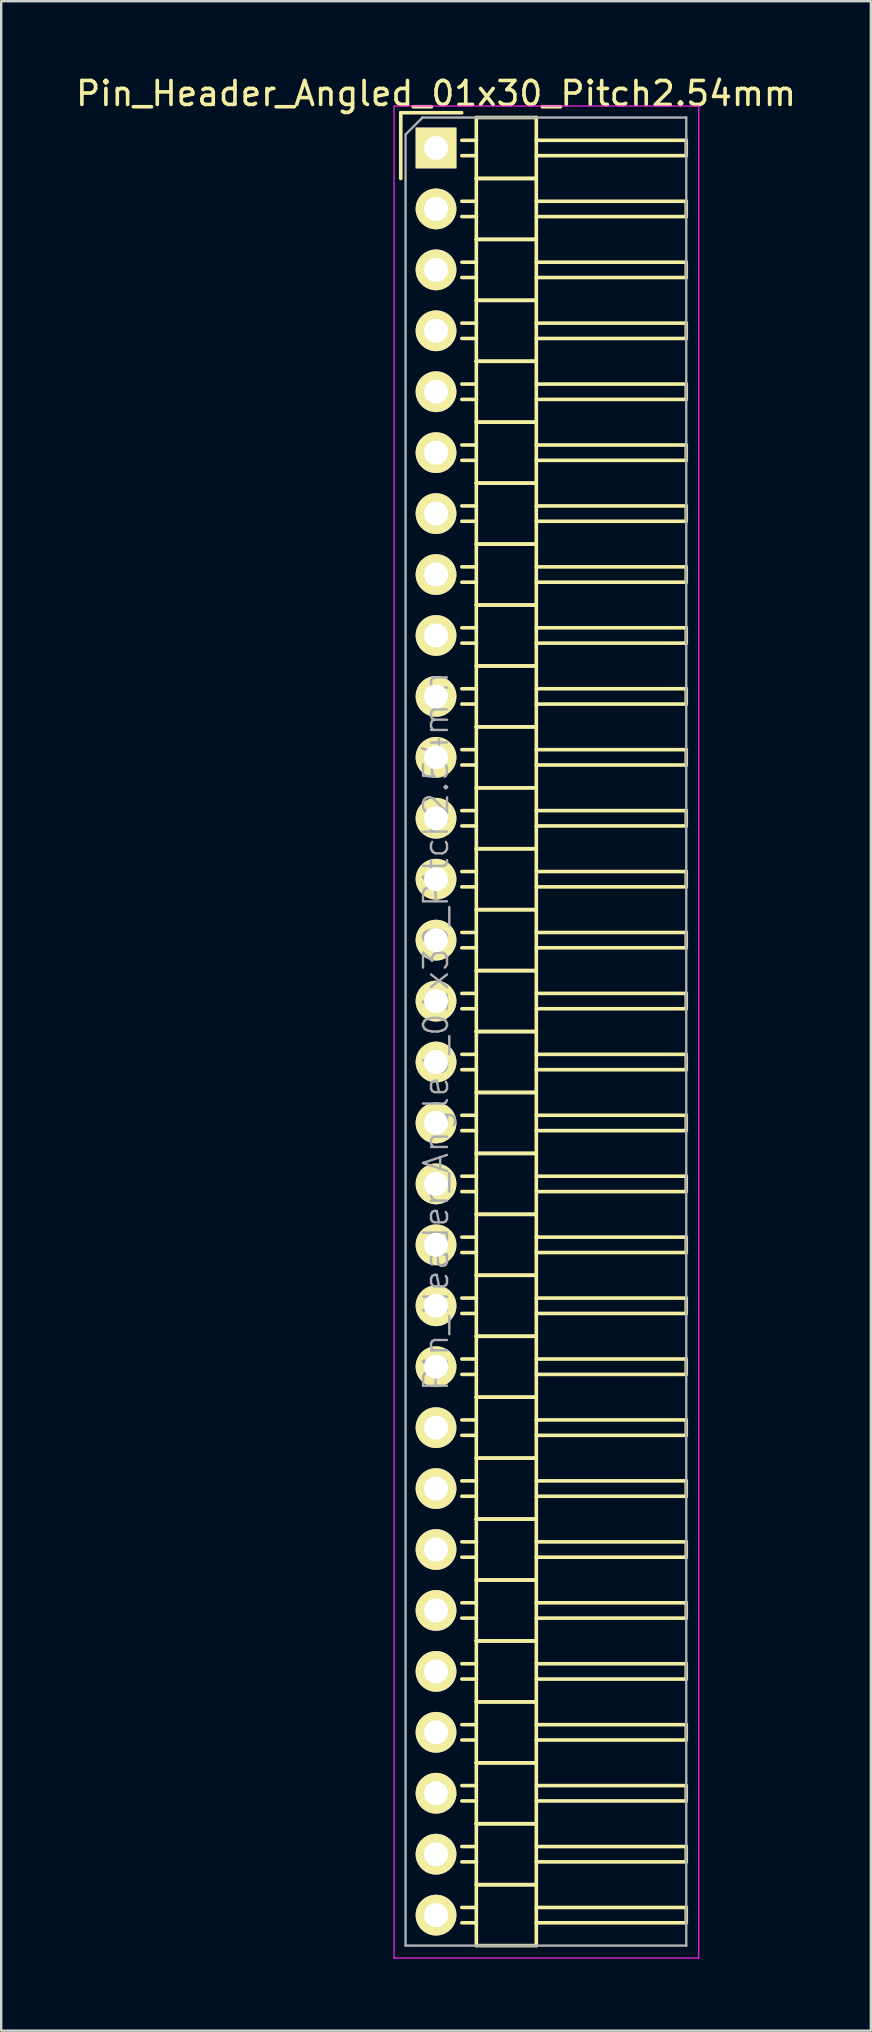
<source format=kicad_pcb>
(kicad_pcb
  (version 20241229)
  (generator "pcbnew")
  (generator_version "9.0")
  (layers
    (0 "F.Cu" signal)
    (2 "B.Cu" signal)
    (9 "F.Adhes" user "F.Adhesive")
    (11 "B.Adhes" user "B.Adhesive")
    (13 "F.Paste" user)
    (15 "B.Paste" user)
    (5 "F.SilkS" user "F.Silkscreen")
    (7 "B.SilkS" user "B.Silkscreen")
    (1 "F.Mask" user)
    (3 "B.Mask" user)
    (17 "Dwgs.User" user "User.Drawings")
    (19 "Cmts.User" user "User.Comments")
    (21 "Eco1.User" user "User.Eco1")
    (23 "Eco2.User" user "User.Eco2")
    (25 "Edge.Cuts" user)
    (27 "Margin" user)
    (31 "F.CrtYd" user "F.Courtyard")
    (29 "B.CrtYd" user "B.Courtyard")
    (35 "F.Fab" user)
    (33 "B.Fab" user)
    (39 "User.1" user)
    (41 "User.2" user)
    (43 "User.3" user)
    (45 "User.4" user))
  (footprint "Pin_Header_Angled_01x30_Pitch2.54mm"
    (layer "F.Cu")
    (at 15.125 3.118)
    (property "Reference" "Pin_Header_Angled_01x30_Pitch2.54mm" (at 0 -2.27 0) (layer "F.SilkS") (effects (font (size 1 1) (thickness 0.15))))
    (attr smd)
    (fp_line (start -1.47 -1.47) (end -1.47 1.27) (stroke (width 0.15) (type solid)) (layer "F.SilkS"))
    (fp_line (start -1.47 -1.47) (end 1.07 -1.47) (stroke (width 0.15) (type solid)) (layer "F.SilkS"))
    (fp_line (start 1.68 -0.32) (end 1.075 -0.32) (stroke (width 0.15) (type solid)) (layer "F.SilkS"))
    (fp_line (start 1.68 0.32) (end 1.075 0.32) (stroke (width 0.15) (type solid)) (layer "F.SilkS"))
    (fp_line (start 1.68 1.27) (end 1.68 -1.27) (stroke (width 0.15) (type solid)) (layer "F.SilkS"))
    (fp_line (start 1.68 2.22) (end 1.075 2.22) (stroke (width 0.15) (type solid)) (layer "F.SilkS"))
    (fp_line (start 1.68 2.86) (end 1.075 2.86) (stroke (width 0.15) (type solid)) (layer "F.SilkS"))
    (fp_line (start 1.68 3.81) (end 1.68 1.27) (stroke (width 0.15) (type solid)) (layer "F.SilkS"))
    (fp_line (start 1.68 4.76) (end 1.075 4.76) (stroke (width 0.15) (type solid)) (layer "F.SilkS"))
    (fp_line (start 1.68 5.4) (end 1.075 5.4) (stroke (width 0.15) (type solid)) (layer "F.SilkS"))
    (fp_line (start 1.68 6.35) (end 1.68 3.81) (stroke (width 0.15) (type solid)) (layer "F.SilkS"))
    (fp_line (start 1.68 7.3) (end 1.075 7.3) (stroke (width 0.15) (type solid)) (layer "F.SilkS"))
    (fp_line (start 1.68 7.94) (end 1.075 7.94) (stroke (width 0.15) (type solid)) (layer "F.SilkS"))
    (fp_line (start 1.68 8.89) (end 1.68 6.35) (stroke (width 0.15) (type solid)) (layer "F.SilkS"))
    (fp_line (start 1.68 9.84) (end 1.075 9.84) (stroke (width 0.15) (type solid)) (layer "F.SilkS"))
    (fp_line (start 1.68 10.48) (end 1.075 10.48) (stroke (width 0.15) (type solid)) (layer "F.SilkS"))
    (fp_line (start 1.68 11.43) (end 1.68 8.89) (stroke (width 0.15) (type solid)) (layer "F.SilkS"))
    (fp_line (start 1.68 12.38) (end 1.075 12.38) (stroke (width 0.15) (type solid)) (layer "F.SilkS"))
    (fp_line (start 1.68 13.02) (end 1.075 13.02) (stroke (width 0.15) (type solid)) (layer "F.SilkS"))
    (fp_line (start 1.68 13.97) (end 1.68 11.43) (stroke (width 0.15) (type solid)) (layer "F.SilkS"))
    (fp_line (start 1.68 14.92) (end 1.075 14.92) (stroke (width 0.15) (type solid)) (layer "F.SilkS"))
    (fp_line (start 1.68 15.56) (end 1.075 15.56) (stroke (width 0.15) (type solid)) (layer "F.SilkS"))
    (fp_line (start 1.68 16.51) (end 1.68 13.97) (stroke (width 0.15) (type solid)) (layer "F.SilkS"))
    (fp_line (start 1.68 17.46) (end 1.075 17.46) (stroke (width 0.15) (type solid)) (layer "F.SilkS"))
    (fp_line (start 1.68 18.1) (end 1.075 18.1) (stroke (width 0.15) (type solid)) (layer "F.SilkS"))
    (fp_line (start 1.68 19.05) (end 1.68 16.51) (stroke (width 0.15) (type solid)) (layer "F.SilkS"))
    (fp_line (start 1.68 20) (end 1.075 20) (stroke (width 0.15) (type solid)) (layer "F.SilkS"))
    (fp_line (start 1.68 20.64) (end 1.075 20.64) (stroke (width 0.15) (type solid)) (layer "F.SilkS"))
    (fp_line (start 1.68 21.59) (end 1.68 19.05) (stroke (width 0.15) (type solid)) (layer "F.SilkS"))
    (fp_line (start 1.68 22.54) (end 1.075 22.54) (stroke (width 0.15) (type solid)) (layer "F.SilkS"))
    (fp_line (start 1.68 23.18) (end 1.075 23.18) (stroke (width 0.15) (type solid)) (layer "F.SilkS"))
    (fp_line (start 1.68 24.13) (end 1.68 21.59) (stroke (width 0.15) (type solid)) (layer "F.SilkS"))
    (fp_line (start 1.68 25.08) (end 1.075 25.08) (stroke (width 0.15) (type solid)) (layer "F.SilkS"))
    (fp_line (start 1.68 25.72) (end 1.075 25.72) (stroke (width 0.15) (type solid)) (layer "F.SilkS"))
    (fp_line (start 1.68 26.67) (end 1.68 24.13) (stroke (width 0.15) (type solid)) (layer "F.SilkS"))
    (fp_line (start 1.68 27.62) (end 1.075 27.62) (stroke (width 0.15) (type solid)) (layer "F.SilkS"))
    (fp_line (start 1.68 28.26) (end 1.075 28.26) (stroke (width 0.15) (type solid)) (layer "F.SilkS"))
    (fp_line (start 1.68 29.21) (end 1.68 26.67) (stroke (width 0.15) (type solid)) (layer "F.SilkS"))
    (fp_line (start 1.68 30.16) (end 1.075 30.16) (stroke (width 0.15) (type solid)) (layer "F.SilkS"))
    (fp_line (start 1.68 30.8) (end 1.075 30.8) (stroke (width 0.15) (type solid)) (layer "F.SilkS"))
    (fp_line (start 1.68 31.75) (end 1.68 29.21) (stroke (width 0.15) (type solid)) (layer "F.SilkS"))
    (fp_line (start 1.68 32.7) (end 1.075 32.7) (stroke (width 0.15) (type solid)) (layer "F.SilkS"))
    (fp_line (start 1.68 33.34) (end 1.075 33.34) (stroke (width 0.15) (type solid)) (layer "F.SilkS"))
    (fp_line (start 1.68 34.29) (end 1.68 31.75) (stroke (width 0.15) (type solid)) (layer "F.SilkS"))
    (fp_line (start 1.68 35.24) (end 1.075 35.24) (stroke (width 0.15) (type solid)) (layer "F.SilkS"))
    (fp_line (start 1.68 35.88) (end 1.075 35.88) (stroke (width 0.15) (type solid)) (layer "F.SilkS"))
    (fp_line (start 1.68 36.83) (end 1.68 34.29) (stroke (width 0.15) (type solid)) (layer "F.SilkS"))
    (fp_line (start 1.68 37.78) (end 1.075 37.78) (stroke (width 0.15) (type solid)) (layer "F.SilkS"))
    (fp_line (start 1.68 38.42) (end 1.075 38.42) (stroke (width 0.15) (type solid)) (layer "F.SilkS"))
    (fp_line (start 1.68 39.37) (end 1.68 36.83) (stroke (width 0.15) (type solid)) (layer "F.SilkS"))
    (fp_line (start 1.68 40.32) (end 1.075 40.32) (stroke (width 0.15) (type solid)) (layer "F.SilkS"))
    (fp_line (start 1.68 40.96) (end 1.075 40.96) (stroke (width 0.15) (type solid)) (layer "F.SilkS"))
    (fp_line (start 1.68 41.91) (end 1.68 39.37) (stroke (width 0.15) (type solid)) (layer "F.SilkS"))
    (fp_line (start 1.68 42.86) (end 1.075 42.86) (stroke (width 0.15) (type solid)) (layer "F.SilkS"))
    (fp_line (start 1.68 43.5) (end 1.075 43.5) (stroke (width 0.15) (type solid)) (layer "F.SilkS"))
    (fp_line (start 1.68 44.45) (end 1.68 41.91) (stroke (width 0.15) (type solid)) (layer "F.SilkS"))
    (fp_line (start 1.68 45.4) (end 1.075 45.4) (stroke (width 0.15) (type solid)) (layer "F.SilkS"))
    (fp_line (start 1.68 46.04) (end 1.075 46.04) (stroke (width 0.15) (type solid)) (layer "F.SilkS"))
    (fp_line (start 1.68 46.99) (end 1.68 44.45) (stroke (width 0.15) (type solid)) (layer "F.SilkS"))
    (fp_line (start 1.68 47.94) (end 1.075 47.94) (stroke (width 0.15) (type solid)) (layer "F.SilkS"))
    (fp_line (start 1.68 48.58) (end 1.075 48.58) (stroke (width 0.15) (type solid)) (layer "F.SilkS"))
    (fp_line (start 1.68 49.53) (end 1.68 46.99) (stroke (width 0.15) (type solid)) (layer "F.SilkS"))
    (fp_line (start 1.68 50.48) (end 1.075 50.48) (stroke (width 0.15) (type solid)) (layer "F.SilkS"))
    (fp_line (start 1.68 51.12) (end 1.075 51.12) (stroke (width 0.15) (type solid)) (layer "F.SilkS"))
    (fp_line (start 1.68 52.07) (end 1.68 49.53) (stroke (width 0.15) (type solid)) (layer "F.SilkS"))
    (fp_line (start 1.68 53.02) (end 1.075 53.02) (stroke (width 0.15) (type solid)) (layer "F.SilkS"))
    (fp_line (start 1.68 53.66) (end 1.075 53.66) (stroke (width 0.15) (type solid)) (layer "F.SilkS"))
    (fp_line (start 1.68 54.61) (end 1.68 52.07) (stroke (width 0.15) (type solid)) (layer "F.SilkS"))
    (fp_line (start 1.68 55.56) (end 1.075 55.56) (stroke (width 0.15) (type solid)) (layer "F.SilkS"))
    (fp_line (start 1.68 56.2) (end 1.075 56.2) (stroke (width 0.15) (type solid)) (layer "F.SilkS"))
    (fp_line (start 1.68 57.15) (end 1.68 54.61) (stroke (width 0.15) (type solid)) (layer "F.SilkS"))
    (fp_line (start 1.68 58.1) (end 1.075 58.1) (stroke (width 0.15) (type solid)) (layer "F.SilkS"))
    (fp_line (start 1.68 58.74) (end 1.075 58.74) (stroke (width 0.15) (type solid)) (layer "F.SilkS"))
    (fp_line (start 1.68 59.69) (end 1.68 57.15) (stroke (width 0.15) (type solid)) (layer "F.SilkS"))
    (fp_line (start 1.68 60.64) (end 1.075 60.64) (stroke (width 0.15) (type solid)) (layer "F.SilkS"))
    (fp_line (start 1.68 61.28) (end 1.075 61.28) (stroke (width 0.15) (type solid)) (layer "F.SilkS"))
    (fp_line (start 1.68 62.23) (end 1.68 59.69) (stroke (width 0.15) (type solid)) (layer "F.SilkS"))
    (fp_line (start 1.68 63.18) (end 1.075 63.18) (stroke (width 0.15) (type solid)) (layer "F.SilkS"))
    (fp_line (start 1.68 63.82) (end 1.075 63.82) (stroke (width 0.15) (type solid)) (layer "F.SilkS"))
    (fp_line (start 1.68 64.77) (end 1.68 62.23) (stroke (width 0.15) (type solid)) (layer "F.SilkS"))
    (fp_line (start 1.68 65.72) (end 1.075 65.72) (stroke (width 0.15) (type solid)) (layer "F.SilkS"))
    (fp_line (start 1.68 66.36) (end 1.075 66.36) (stroke (width 0.15) (type solid)) (layer "F.SilkS"))
    (fp_line (start 1.68 67.31) (end 1.68 64.77) (stroke (width 0.15) (type solid)) (layer "F.SilkS"))
    (fp_line (start 1.68 68.26) (end 1.075 68.26) (stroke (width 0.15) (type solid)) (layer "F.SilkS"))
    (fp_line (start 1.68 68.9) (end 1.075 68.9) (stroke (width 0.15) (type solid)) (layer "F.SilkS"))
    (fp_line (start 1.68 69.85) (end 1.68 67.31) (stroke (width 0.15) (type solid)) (layer "F.SilkS"))
    (fp_line (start 1.68 70.8) (end 1.075 70.8) (stroke (width 0.15) (type solid)) (layer "F.SilkS"))
    (fp_line (start 1.68 71.44) (end 1.075 71.44) (stroke (width 0.15) (type solid)) (layer "F.SilkS"))
    (fp_line (start 1.68 72.39) (end 1.68 69.85) (stroke (width 0.15) (type solid)) (layer "F.SilkS"))
    (fp_line (start 1.68 73.34) (end 1.075 73.34) (stroke (width 0.15) (type solid)) (layer "F.SilkS"))
    (fp_line (start 1.68 73.98) (end 1.075 73.98) (stroke (width 0.15) (type solid)) (layer "F.SilkS"))
    (fp_line (start 1.68 74.93) (end 1.68 72.39) (stroke (width 0.15) (type solid)) (layer "F.SilkS"))
    (fp_line (start 4.18 -1.27) (end 1.68 -1.27) (stroke (width 0.15) (type solid)) (layer "F.SilkS"))
    (fp_line (start 4.18 -0.32) (end 10.43 -0.32) (stroke (width 0.15) (type solid)) (layer "F.SilkS"))
    (fp_line (start 4.18 0.32) (end 10.43 0.32) (stroke (width 0.15) (type solid)) (layer "F.SilkS"))
    (fp_line (start 4.18 1.27) (end 1.68 1.27) (stroke (width 0.15) (type solid)) (layer "F.SilkS"))
    (fp_line (start 4.18 1.27) (end 1.68 1.27) (stroke (width 0.15) (type solid)) (layer "F.SilkS"))
    (fp_line (start 4.18 1.27) (end 4.18 -1.27) (stroke (width 0.15) (type solid)) (layer "F.SilkS"))
    (fp_line (start 4.18 2.22) (end 10.43 2.22) (stroke (width 0.15) (type solid)) (layer "F.SilkS"))
    (fp_line (start 4.18 2.86) (end 10.43 2.86) (stroke (width 0.15) (type solid)) (layer "F.SilkS"))
    (fp_line (start 4.18 3.81) (end 1.68 3.81) (stroke (width 0.15) (type solid)) (layer "F.SilkS"))
    (fp_line (start 4.18 3.81) (end 1.68 3.81) (stroke (width 0.15) (type solid)) (layer "F.SilkS"))
    (fp_line (start 4.18 3.81) (end 4.18 1.27) (stroke (width 0.15) (type solid)) (layer "F.SilkS"))
    (fp_line (start 4.18 4.76) (end 10.43 4.76) (stroke (width 0.15) (type solid)) (layer "F.SilkS"))
    (fp_line (start 4.18 5.4) (end 10.43 5.4) (stroke (width 0.15) (type solid)) (layer "F.SilkS"))
    (fp_line (start 4.18 6.35) (end 1.68 6.35) (stroke (width 0.15) (type solid)) (layer "F.SilkS"))
    (fp_line (start 4.18 6.35) (end 1.68 6.35) (stroke (width 0.15) (type solid)) (layer "F.SilkS"))
    (fp_line (start 4.18 6.35) (end 4.18 3.81) (stroke (width 0.15) (type solid)) (layer "F.SilkS"))
    (fp_line (start 4.18 7.3) (end 10.43 7.3) (stroke (width 0.15) (type solid)) (layer "F.SilkS"))
    (fp_line (start 4.18 7.94) (end 10.43 7.94) (stroke (width 0.15) (type solid)) (layer "F.SilkS"))
    (fp_line (start 4.18 8.89) (end 1.68 8.89) (stroke (width 0.15) (type solid)) (layer "F.SilkS"))
    (fp_line (start 4.18 8.89) (end 1.68 8.89) (stroke (width 0.15) (type solid)) (layer "F.SilkS"))
    (fp_line (start 4.18 8.89) (end 4.18 6.35) (stroke (width 0.15) (type solid)) (layer "F.SilkS"))
    (fp_line (start 4.18 9.84) (end 10.43 9.84) (stroke (width 0.15) (type solid)) (layer "F.SilkS"))
    (fp_line (start 4.18 10.48) (end 10.43 10.48) (stroke (width 0.15) (type solid)) (layer "F.SilkS"))
    (fp_line (start 4.18 11.43) (end 1.68 11.43) (stroke (width 0.15) (type solid)) (layer "F.SilkS"))
    (fp_line (start 4.18 11.43) (end 1.68 11.43) (stroke (width 0.15) (type solid)) (layer "F.SilkS"))
    (fp_line (start 4.18 11.43) (end 4.18 8.89) (stroke (width 0.15) (type solid)) (layer "F.SilkS"))
    (fp_line (start 4.18 12.38) (end 10.43 12.38) (stroke (width 0.15) (type solid)) (layer "F.SilkS"))
    (fp_line (start 4.18 13.02) (end 10.43 13.02) (stroke (width 0.15) (type solid)) (layer "F.SilkS"))
    (fp_line (start 4.18 13.97) (end 1.68 13.97) (stroke (width 0.15) (type solid)) (layer "F.SilkS"))
    (fp_line (start 4.18 13.97) (end 1.68 13.97) (stroke (width 0.15) (type solid)) (layer "F.SilkS"))
    (fp_line (start 4.18 13.97) (end 4.18 11.43) (stroke (width 0.15) (type solid)) (layer "F.SilkS"))
    (fp_line (start 4.18 14.92) (end 10.43 14.92) (stroke (width 0.15) (type solid)) (layer "F.SilkS"))
    (fp_line (start 4.18 15.56) (end 10.43 15.56) (stroke (width 0.15) (type solid)) (layer "F.SilkS"))
    (fp_line (start 4.18 16.51) (end 1.68 16.51) (stroke (width 0.15) (type solid)) (layer "F.SilkS"))
    (fp_line (start 4.18 16.51) (end 1.68 16.51) (stroke (width 0.15) (type solid)) (layer "F.SilkS"))
    (fp_line (start 4.18 16.51) (end 4.18 13.97) (stroke (width 0.15) (type solid)) (layer "F.SilkS"))
    (fp_line (start 4.18 17.46) (end 10.43 17.46) (stroke (width 0.15) (type solid)) (layer "F.SilkS"))
    (fp_line (start 4.18 18.1) (end 10.43 18.1) (stroke (width 0.15) (type solid)) (layer "F.SilkS"))
    (fp_line (start 4.18 19.05) (end 1.68 19.05) (stroke (width 0.15) (type solid)) (layer "F.SilkS"))
    (fp_line (start 4.18 19.05) (end 1.68 19.05) (stroke (width 0.15) (type solid)) (layer "F.SilkS"))
    (fp_line (start 4.18 19.05) (end 4.18 16.51) (stroke (width 0.15) (type solid)) (layer "F.SilkS"))
    (fp_line (start 4.18 20) (end 10.43 20) (stroke (width 0.15) (type solid)) (layer "F.SilkS"))
    (fp_line (start 4.18 20.64) (end 10.43 20.64) (stroke (width 0.15) (type solid)) (layer "F.SilkS"))
    (fp_line (start 4.18 21.59) (end 1.68 21.59) (stroke (width 0.15) (type solid)) (layer "F.SilkS"))
    (fp_line (start 4.18 21.59) (end 1.68 21.59) (stroke (width 0.15) (type solid)) (layer "F.SilkS"))
    (fp_line (start 4.18 21.59) (end 4.18 19.05) (stroke (width 0.15) (type solid)) (layer "F.SilkS"))
    (fp_line (start 4.18 22.54) (end 10.43 22.54) (stroke (width 0.15) (type solid)) (layer "F.SilkS"))
    (fp_line (start 4.18 23.18) (end 10.43 23.18) (stroke (width 0.15) (type solid)) (layer "F.SilkS"))
    (fp_line (start 4.18 24.13) (end 1.68 24.13) (stroke (width 0.15) (type solid)) (layer "F.SilkS"))
    (fp_line (start 4.18 24.13) (end 1.68 24.13) (stroke (width 0.15) (type solid)) (layer "F.SilkS"))
    (fp_line (start 4.18 24.13) (end 4.18 21.59) (stroke (width 0.15) (type solid)) (layer "F.SilkS"))
    (fp_line (start 4.18 25.08) (end 10.43 25.08) (stroke (width 0.15) (type solid)) (layer "F.SilkS"))
    (fp_line (start 4.18 25.72) (end 10.43 25.72) (stroke (width 0.15) (type solid)) (layer "F.SilkS"))
    (fp_line (start 4.18 26.67) (end 1.68 26.67) (stroke (width 0.15) (type solid)) (layer "F.SilkS"))
    (fp_line (start 4.18 26.67) (end 1.68 26.67) (stroke (width 0.15) (type solid)) (layer "F.SilkS"))
    (fp_line (start 4.18 26.67) (end 4.18 24.13) (stroke (width 0.15) (type solid)) (layer "F.SilkS"))
    (fp_line (start 4.18 27.62) (end 10.43 27.62) (stroke (width 0.15) (type solid)) (layer "F.SilkS"))
    (fp_line (start 4.18 28.26) (end 10.43 28.26) (stroke (width 0.15) (type solid)) (layer "F.SilkS"))
    (fp_line (start 4.18 29.21) (end 1.68 29.21) (stroke (width 0.15) (type solid)) (layer "F.SilkS"))
    (fp_line (start 4.18 29.21) (end 1.68 29.21) (stroke (width 0.15) (type solid)) (layer "F.SilkS"))
    (fp_line (start 4.18 29.21) (end 4.18 26.67) (stroke (width 0.15) (type solid)) (layer "F.SilkS"))
    (fp_line (start 4.18 30.16) (end 10.43 30.16) (stroke (width 0.15) (type solid)) (layer "F.SilkS"))
    (fp_line (start 4.18 30.8) (end 10.43 30.8) (stroke (width 0.15) (type solid)) (layer "F.SilkS"))
    (fp_line (start 4.18 31.75) (end 1.68 31.75) (stroke (width 0.15) (type solid)) (layer "F.SilkS"))
    (fp_line (start 4.18 31.75) (end 1.68 31.75) (stroke (width 0.15) (type solid)) (layer "F.SilkS"))
    (fp_line (start 4.18 31.75) (end 4.18 29.21) (stroke (width 0.15) (type solid)) (layer "F.SilkS"))
    (fp_line (start 4.18 32.7) (end 10.43 32.7) (stroke (width 0.15) (type solid)) (layer "F.SilkS"))
    (fp_line (start 4.18 33.34) (end 10.43 33.34) (stroke (width 0.15) (type solid)) (layer "F.SilkS"))
    (fp_line (start 4.18 34.29) (end 1.68 34.29) (stroke (width 0.15) (type solid)) (layer "F.SilkS"))
    (fp_line (start 4.18 34.29) (end 1.68 34.29) (stroke (width 0.15) (type solid)) (layer "F.SilkS"))
    (fp_line (start 4.18 34.29) (end 4.18 31.75) (stroke (width 0.15) (type solid)) (layer "F.SilkS"))
    (fp_line (start 4.18 35.24) (end 10.43 35.24) (stroke (width 0.15) (type solid)) (layer "F.SilkS"))
    (fp_line (start 4.18 35.88) (end 10.43 35.88) (stroke (width 0.15) (type solid)) (layer "F.SilkS"))
    (fp_line (start 4.18 36.83) (end 1.68 36.83) (stroke (width 0.15) (type solid)) (layer "F.SilkS"))
    (fp_line (start 4.18 36.83) (end 1.68 36.83) (stroke (width 0.15) (type solid)) (layer "F.SilkS"))
    (fp_line (start 4.18 36.83) (end 4.18 34.29) (stroke (width 0.15) (type solid)) (layer "F.SilkS"))
    (fp_line (start 4.18 37.78) (end 10.43 37.78) (stroke (width 0.15) (type solid)) (layer "F.SilkS"))
    (fp_line (start 4.18 38.42) (end 10.43 38.42) (stroke (width 0.15) (type solid)) (layer "F.SilkS"))
    (fp_line (start 4.18 39.37) (end 1.68 39.37) (stroke (width 0.15) (type solid)) (layer "F.SilkS"))
    (fp_line (start 4.18 39.37) (end 1.68 39.37) (stroke (width 0.15) (type solid)) (layer "F.SilkS"))
    (fp_line (start 4.18 39.37) (end 4.18 36.83) (stroke (width 0.15) (type solid)) (layer "F.SilkS"))
    (fp_line (start 4.18 40.32) (end 10.43 40.32) (stroke (width 0.15) (type solid)) (layer "F.SilkS"))
    (fp_line (start 4.18 40.96) (end 10.43 40.96) (stroke (width 0.15) (type solid)) (layer "F.SilkS"))
    (fp_line (start 4.18 41.91) (end 1.68 41.91) (stroke (width 0.15) (type solid)) (layer "F.SilkS"))
    (fp_line (start 4.18 41.91) (end 1.68 41.91) (stroke (width 0.15) (type solid)) (layer "F.SilkS"))
    (fp_line (start 4.18 41.91) (end 4.18 39.37) (stroke (width 0.15) (type solid)) (layer "F.SilkS"))
    (fp_line (start 4.18 42.86) (end 10.43 42.86) (stroke (width 0.15) (type solid)) (layer "F.SilkS"))
    (fp_line (start 4.18 43.5) (end 10.43 43.5) (stroke (width 0.15) (type solid)) (layer "F.SilkS"))
    (fp_line (start 4.18 44.45) (end 1.68 44.45) (stroke (width 0.15) (type solid)) (layer "F.SilkS"))
    (fp_line (start 4.18 44.45) (end 1.68 44.45) (stroke (width 0.15) (type solid)) (layer "F.SilkS"))
    (fp_line (start 4.18 44.45) (end 4.18 41.91) (stroke (width 0.15) (type solid)) (layer "F.SilkS"))
    (fp_line (start 4.18 45.4) (end 10.43 45.4) (stroke (width 0.15) (type solid)) (layer "F.SilkS"))
    (fp_line (start 4.18 46.04) (end 10.43 46.04) (stroke (width 0.15) (type solid)) (layer "F.SilkS"))
    (fp_line (start 4.18 46.99) (end 1.68 46.99) (stroke (width 0.15) (type solid)) (layer "F.SilkS"))
    (fp_line (start 4.18 46.99) (end 1.68 46.99) (stroke (width 0.15) (type solid)) (layer "F.SilkS"))
    (fp_line (start 4.18 46.99) (end 4.18 44.45) (stroke (width 0.15) (type solid)) (layer "F.SilkS"))
    (fp_line (start 4.18 47.94) (end 10.43 47.94) (stroke (width 0.15) (type solid)) (layer "F.SilkS"))
    (fp_line (start 4.18 48.58) (end 10.43 48.58) (stroke (width 0.15) (type solid)) (layer "F.SilkS"))
    (fp_line (start 4.18 49.53) (end 1.68 49.53) (stroke (width 0.15) (type solid)) (layer "F.SilkS"))
    (fp_line (start 4.18 49.53) (end 1.68 49.53) (stroke (width 0.15) (type solid)) (layer "F.SilkS"))
    (fp_line (start 4.18 49.53) (end 4.18 46.99) (stroke (width 0.15) (type solid)) (layer "F.SilkS"))
    (fp_line (start 4.18 50.48) (end 10.43 50.48) (stroke (width 0.15) (type solid)) (layer "F.SilkS"))
    (fp_line (start 4.18 51.12) (end 10.43 51.12) (stroke (width 0.15) (type solid)) (layer "F.SilkS"))
    (fp_line (start 4.18 52.07) (end 1.68 52.07) (stroke (width 0.15) (type solid)) (layer "F.SilkS"))
    (fp_line (start 4.18 52.07) (end 1.68 52.07) (stroke (width 0.15) (type solid)) (layer "F.SilkS"))
    (fp_line (start 4.18 52.07) (end 4.18 49.53) (stroke (width 0.15) (type solid)) (layer "F.SilkS"))
    (fp_line (start 4.18 53.02) (end 10.43 53.02) (stroke (width 0.15) (type solid)) (layer "F.SilkS"))
    (fp_line (start 4.18 53.66) (end 10.43 53.66) (stroke (width 0.15) (type solid)) (layer "F.SilkS"))
    (fp_line (start 4.18 54.61) (end 1.68 54.61) (stroke (width 0.15) (type solid)) (layer "F.SilkS"))
    (fp_line (start 4.18 54.61) (end 1.68 54.61) (stroke (width 0.15) (type solid)) (layer "F.SilkS"))
    (fp_line (start 4.18 54.61) (end 4.18 52.07) (stroke (width 0.15) (type solid)) (layer "F.SilkS"))
    (fp_line (start 4.18 55.56) (end 10.43 55.56) (stroke (width 0.15) (type solid)) (layer "F.SilkS"))
    (fp_line (start 4.18 56.2) (end 10.43 56.2) (stroke (width 0.15) (type solid)) (layer "F.SilkS"))
    (fp_line (start 4.18 57.15) (end 1.68 57.15) (stroke (width 0.15) (type solid)) (layer "F.SilkS"))
    (fp_line (start 4.18 57.15) (end 1.68 57.15) (stroke (width 0.15) (type solid)) (layer "F.SilkS"))
    (fp_line (start 4.18 57.15) (end 4.18 54.61) (stroke (width 0.15) (type solid)) (layer "F.SilkS"))
    (fp_line (start 4.18 58.1) (end 10.43 58.1) (stroke (width 0.15) (type solid)) (layer "F.SilkS"))
    (fp_line (start 4.18 58.74) (end 10.43 58.74) (stroke (width 0.15) (type solid)) (layer "F.SilkS"))
    (fp_line (start 4.18 59.69) (end 1.68 59.69) (stroke (width 0.15) (type solid)) (layer "F.SilkS"))
    (fp_line (start 4.18 59.69) (end 1.68 59.69) (stroke (width 0.15) (type solid)) (layer "F.SilkS"))
    (fp_line (start 4.18 59.69) (end 4.18 57.15) (stroke (width 0.15) (type solid)) (layer "F.SilkS"))
    (fp_line (start 4.18 60.64) (end 10.43 60.64) (stroke (width 0.15) (type solid)) (layer "F.SilkS"))
    (fp_line (start 4.18 61.28) (end 10.43 61.28) (stroke (width 0.15) (type solid)) (layer "F.SilkS"))
    (fp_line (start 4.18 62.23) (end 1.68 62.23) (stroke (width 0.15) (type solid)) (layer "F.SilkS"))
    (fp_line (start 4.18 62.23) (end 1.68 62.23) (stroke (width 0.15) (type solid)) (layer "F.SilkS"))
    (fp_line (start 4.18 62.23) (end 4.18 59.69) (stroke (width 0.15) (type solid)) (layer "F.SilkS"))
    (fp_line (start 4.18 63.18) (end 10.43 63.18) (stroke (width 0.15) (type solid)) (layer "F.SilkS"))
    (fp_line (start 4.18 63.82) (end 10.43 63.82) (stroke (width 0.15) (type solid)) (layer "F.SilkS"))
    (fp_line (start 4.18 64.77) (end 1.68 64.77) (stroke (width 0.15) (type solid)) (layer "F.SilkS"))
    (fp_line (start 4.18 64.77) (end 1.68 64.77) (stroke (width 0.15) (type solid)) (layer "F.SilkS"))
    (fp_line (start 4.18 64.77) (end 4.18 62.23) (stroke (width 0.15) (type solid)) (layer "F.SilkS"))
    (fp_line (start 4.18 65.72) (end 10.43 65.72) (stroke (width 0.15) (type solid)) (layer "F.SilkS"))
    (fp_line (start 4.18 66.36) (end 10.43 66.36) (stroke (width 0.15) (type solid)) (layer "F.SilkS"))
    (fp_line (start 4.18 67.31) (end 1.68 67.31) (stroke (width 0.15) (type solid)) (layer "F.SilkS"))
    (fp_line (start 4.18 67.31) (end 1.68 67.31) (stroke (width 0.15) (type solid)) (layer "F.SilkS"))
    (fp_line (start 4.18 67.31) (end 4.18 64.77) (stroke (width 0.15) (type solid)) (layer "F.SilkS"))
    (fp_line (start 4.18 68.26) (end 10.43 68.26) (stroke (width 0.15) (type solid)) (layer "F.SilkS"))
    (fp_line (start 4.18 68.9) (end 10.43 68.9) (stroke (width 0.15) (type solid)) (layer "F.SilkS"))
    (fp_line (start 4.18 69.85) (end 1.68 69.85) (stroke (width 0.15) (type solid)) (layer "F.SilkS"))
    (fp_line (start 4.18 69.85) (end 1.68 69.85) (stroke (width 0.15) (type solid)) (layer "F.SilkS"))
    (fp_line (start 4.18 69.85) (end 4.18 67.31) (stroke (width 0.15) (type solid)) (layer "F.SilkS"))
    (fp_line (start 4.18 70.8) (end 10.43 70.8) (stroke (width 0.15) (type solid)) (layer "F.SilkS"))
    (fp_line (start 4.18 71.44) (end 10.43 71.44) (stroke (width 0.15) (type solid)) (layer "F.SilkS"))
    (fp_line (start 4.18 72.39) (end 1.68 72.39) (stroke (width 0.15) (type solid)) (layer "F.SilkS"))
    (fp_line (start 4.18 72.39) (end 1.68 72.39) (stroke (width 0.15) (type solid)) (layer "F.SilkS"))
    (fp_line (start 4.18 72.39) (end 4.18 69.85) (stroke (width 0.15) (type solid)) (layer "F.SilkS"))
    (fp_line (start 4.18 73.34) (end 10.43 73.34) (stroke (width 0.15) (type solid)) (layer "F.SilkS"))
    (fp_line (start 4.18 73.98) (end 10.43 73.98) (stroke (width 0.15) (type solid)) (layer "F.SilkS"))
    (fp_line (start 4.18 74.93) (end 1.68 74.93) (stroke (width 0.15) (type solid)) (layer "F.SilkS"))
    (fp_line (start 4.18 74.93) (end 4.18 72.39) (stroke (width 0.15) (type solid)) (layer "F.SilkS"))
    (fp_line (start 10.43 0.32) (end 10.43 -0.32) (stroke (width 0.15) (type solid)) (layer "F.SilkS"))
    (fp_line (start 10.43 2.86) (end 10.43 2.22) (stroke (width 0.15) (type solid)) (layer "F.SilkS"))
    (fp_line (start 10.43 5.4) (end 10.43 4.76) (stroke (width 0.15) (type solid)) (layer "F.SilkS"))
    (fp_line (start 10.43 7.94) (end 10.43 7.3) (stroke (width 0.15) (type solid)) (layer "F.SilkS"))
    (fp_line (start 10.43 10.48) (end 10.43 9.84) (stroke (width 0.15) (type solid)) (layer "F.SilkS"))
    (fp_line (start 10.43 13.02) (end 10.43 12.38) (stroke (width 0.15) (type solid)) (layer "F.SilkS"))
    (fp_line (start 10.43 15.56) (end 10.43 14.92) (stroke (width 0.15) (type solid)) (layer "F.SilkS"))
    (fp_line (start 10.43 18.1) (end 10.43 17.46) (stroke (width 0.15) (type solid)) (layer "F.SilkS"))
    (fp_line (start 10.43 20.64) (end 10.43 20) (stroke (width 0.15) (type solid)) (layer "F.SilkS"))
    (fp_line (start 10.43 23.18) (end 10.43 22.54) (stroke (width 0.15) (type solid)) (layer "F.SilkS"))
    (fp_line (start 10.43 25.72) (end 10.43 25.08) (stroke (width 0.15) (type solid)) (layer "F.SilkS"))
    (fp_line (start 10.43 28.26) (end 10.43 27.62) (stroke (width 0.15) (type solid)) (layer "F.SilkS"))
    (fp_line (start 10.43 30.8) (end 10.43 30.16) (stroke (width 0.15) (type solid)) (layer "F.SilkS"))
    (fp_line (start 10.43 33.34) (end 10.43 32.7) (stroke (width 0.15) (type solid)) (layer "F.SilkS"))
    (fp_line (start 10.43 35.88) (end 10.43 35.24) (stroke (width 0.15) (type solid)) (layer "F.SilkS"))
    (fp_line (start 10.43 38.42) (end 10.43 37.78) (stroke (width 0.15) (type solid)) (layer "F.SilkS"))
    (fp_line (start 10.43 40.96) (end 10.43 40.32) (stroke (width 0.15) (type solid)) (layer "F.SilkS"))
    (fp_line (start 10.43 43.5) (end 10.43 42.86) (stroke (width 0.15) (type solid)) (layer "F.SilkS"))
    (fp_line (start 10.43 46.04) (end 10.43 45.4) (stroke (width 0.15) (type solid)) (layer "F.SilkS"))
    (fp_line (start 10.43 48.58) (end 10.43 47.94) (stroke (width 0.15) (type solid)) (layer "F.SilkS"))
    (fp_line (start 10.43 51.12) (end 10.43 50.48) (stroke (width 0.15) (type solid)) (layer "F.SilkS"))
    (fp_line (start 10.43 53.66) (end 10.43 53.02) (stroke (width 0.15) (type solid)) (layer "F.SilkS"))
    (fp_line (start 10.43 56.2) (end 10.43 55.56) (stroke (width 0.15) (type solid)) (layer "F.SilkS"))
    (fp_line (start 10.43 58.74) (end 10.43 58.1) (stroke (width 0.15) (type solid)) (layer "F.SilkS"))
    (fp_line (start 10.43 61.28) (end 10.43 60.64) (stroke (width 0.15) (type solid)) (layer "F.SilkS"))
    (fp_line (start 10.43 63.82) (end 10.43 63.18) (stroke (width 0.15) (type solid)) (layer "F.SilkS"))
    (fp_line (start 10.43 66.36) (end 10.43 65.72) (stroke (width 0.15) (type solid)) (layer "F.SilkS"))
    (fp_line (start 10.43 68.9) (end 10.43 68.26) (stroke (width 0.15) (type solid)) (layer "F.SilkS"))
    (fp_line (start 10.43 71.44) (end 10.43 70.8) (stroke (width 0.15) (type solid)) (layer "F.SilkS"))
    (fp_line (start 10.43 73.98) (end 10.43 73.34) (stroke (width 0.15) (type solid)) (layer "F.SilkS"))
    (fp_line (start -1.75 -1.75) (end -1.75 75.45) (stroke (width 0.05) (type solid)) (layer "F.CrtYd"))
    (fp_line (start 10.95 -1.75) (end -1.75 -1.75) (stroke (width 0.05) (type solid)) (layer "F.CrtYd"))
    (fp_line (start 10.95 -1.75) (end 10.95 75.45) (stroke (width 0.05) (type solid)) (layer "F.CrtYd"))
    (fp_line (start 10.95 75.45) (end -1.75 75.45) (stroke (width 0.05) (type solid)) (layer "F.CrtYd"))
    (fp_line (start -1.27 -0.563) (end -0.563 -1.27) (stroke (width 0.1) (type solid)) (layer "F.Fab"))
    (fp_line (start -1.27 74.93) (end -1.27 -0.563) (stroke (width 0.1) (type solid)) (layer "F.Fab"))
    (fp_line (start 10.43 -1.27) (end -0.563 -1.27) (stroke (width 0.1) (type solid)) (layer "F.Fab"))
    (fp_line (start 10.43 74.93) (end -1.27 74.93) (stroke (width 0.1) (type solid)) (layer "F.Fab"))
    (fp_line (start 10.43 74.93) (end 10.43 -1.27) (stroke (width 0.1) (type solid)) (layer "F.Fab"))
    (fp_text user "${REFERENCE}" (at 0 36.83 90) (layer "F.Fab") (effects (font (size 1 1) (thickness 0.1))))
    (pad "1" thru_hole rect (at 0 0) (size 1.7 1.7) (drill 1) (layers "*.Cu" "*.Mask" "F.SilkS"))
    (pad "2" thru_hole oval (at 0 2.54) (size 1.7 1.7) (drill 1) (layers "*.Cu" "*.Mask" "F.SilkS"))
    (pad "3" thru_hole oval (at 0 5.08) (size 1.7 1.7) (drill 1) (layers "*.Cu" "*.Mask" "F.SilkS"))
    (pad "4" thru_hole oval (at 0 7.62) (size 1.7 1.7) (drill 1) (layers "*.Cu" "*.Mask" "F.SilkS"))
    (pad "5" thru_hole oval (at 0 10.16) (size 1.7 1.7) (drill 1) (layers "*.Cu" "*.Mask" "F.SilkS"))
    (pad "6" thru_hole oval (at 0 12.7) (size 1.7 1.7) (drill 1) (layers "*.Cu" "*.Mask" "F.SilkS"))
    (pad "7" thru_hole oval (at 0 15.24) (size 1.7 1.7) (drill 1) (layers "*.Cu" "*.Mask" "F.SilkS"))
    (pad "8" thru_hole oval (at 0 17.78) (size 1.7 1.7) (drill 1) (layers "*.Cu" "*.Mask" "F.SilkS"))
    (pad "9" thru_hole oval (at 0 20.32) (size 1.7 1.7) (drill 1) (layers "*.Cu" "*.Mask" "F.SilkS"))
    (pad "10" thru_hole oval (at 0 22.86) (size 1.7 1.7) (drill 1) (layers "*.Cu" "*.Mask" "F.SilkS"))
    (pad "11" thru_hole oval (at 0 25.4) (size 1.7 1.7) (drill 1) (layers "*.Cu" "*.Mask" "F.SilkS"))
    (pad "12" thru_hole oval (at 0 27.94) (size 1.7 1.7) (drill 1) (layers "*.Cu" "*.Mask" "F.SilkS"))
    (pad "13" thru_hole oval (at 0 30.48) (size 1.7 1.7) (drill 1) (layers "*.Cu" "*.Mask" "F.SilkS"))
    (pad "14" thru_hole oval (at 0 33.02) (size 1.7 1.7) (drill 1) (layers "*.Cu" "*.Mask" "F.SilkS"))
    (pad "15" thru_hole oval (at 0 35.56) (size 1.7 1.7) (drill 1) (layers "*.Cu" "*.Mask" "F.SilkS"))
    (pad "16" thru_hole oval (at 0 38.1) (size 1.7 1.7) (drill 1) (layers "*.Cu" "*.Mask" "F.SilkS"))
    (pad "17" thru_hole oval (at 0 40.64) (size 1.7 1.7) (drill 1) (layers "*.Cu" "*.Mask" "F.SilkS"))
    (pad "18" thru_hole oval (at 0 43.18) (size 1.7 1.7) (drill 1) (layers "*.Cu" "*.Mask" "F.SilkS"))
    (pad "19" thru_hole oval (at 0 45.72) (size 1.7 1.7) (drill 1) (layers "*.Cu" "*.Mask" "F.SilkS"))
    (pad "20" thru_hole oval (at 0 48.26) (size 1.7 1.7) (drill 1) (layers "*.Cu" "*.Mask" "F.SilkS"))
    (pad "21" thru_hole oval (at 0 50.8) (size 1.7 1.7) (drill 1) (layers "*.Cu" "*.Mask" "F.SilkS"))
    (pad "22" thru_hole oval (at 0 53.34) (size 1.7 1.7) (drill 1) (layers "*.Cu" "*.Mask" "F.SilkS"))
    (pad "23" thru_hole oval (at 0 55.88) (size 1.7 1.7) (drill 1) (layers "*.Cu" "*.Mask" "F.SilkS"))
    (pad "24" thru_hole oval (at 0 58.42) (size 1.7 1.7) (drill 1) (layers "*.Cu" "*.Mask" "F.SilkS"))
    (pad "25" thru_hole oval (at 0 60.96) (size 1.7 1.7) (drill 1) (layers "*.Cu" "*.Mask" "F.SilkS"))
    (pad "26" thru_hole oval (at 0 63.5) (size 1.7 1.7) (drill 1) (layers "*.Cu" "*.Mask" "F.SilkS"))
    (pad "27" thru_hole oval (at 0 66.04) (size 1.7 1.7) (drill 1) (layers "*.Cu" "*.Mask" "F.SilkS"))
    (pad "28" thru_hole oval (at 0 68.58) (size 1.7 1.7) (drill 1) (layers "*.Cu" "*.Mask" "F.SilkS"))
    (pad "29" thru_hole oval (at 0 71.12) (size 1.7 1.7) (drill 1) (layers "*.Cu" "*.Mask" "F.SilkS"))
    (pad "30" thru_hole oval (at 0 73.66) (size 1.7 1.7) (drill 1) (layers "*.Cu" "*.Mask" "F.SilkS")))
  (gr_rect
    (start -3 -3)
    (end 33.25 81.593)
    (stroke (width 0.1) (type default))
    (fill no)
    (layer "Edge.Cuts")))
</source>
